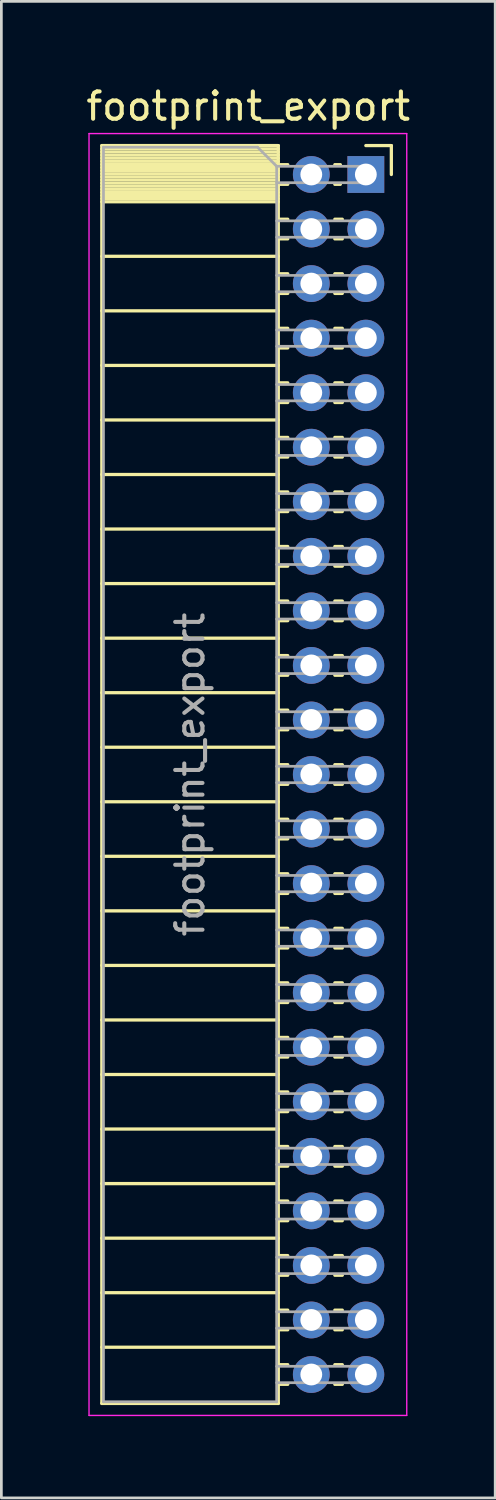
<source format=kicad_pcb>
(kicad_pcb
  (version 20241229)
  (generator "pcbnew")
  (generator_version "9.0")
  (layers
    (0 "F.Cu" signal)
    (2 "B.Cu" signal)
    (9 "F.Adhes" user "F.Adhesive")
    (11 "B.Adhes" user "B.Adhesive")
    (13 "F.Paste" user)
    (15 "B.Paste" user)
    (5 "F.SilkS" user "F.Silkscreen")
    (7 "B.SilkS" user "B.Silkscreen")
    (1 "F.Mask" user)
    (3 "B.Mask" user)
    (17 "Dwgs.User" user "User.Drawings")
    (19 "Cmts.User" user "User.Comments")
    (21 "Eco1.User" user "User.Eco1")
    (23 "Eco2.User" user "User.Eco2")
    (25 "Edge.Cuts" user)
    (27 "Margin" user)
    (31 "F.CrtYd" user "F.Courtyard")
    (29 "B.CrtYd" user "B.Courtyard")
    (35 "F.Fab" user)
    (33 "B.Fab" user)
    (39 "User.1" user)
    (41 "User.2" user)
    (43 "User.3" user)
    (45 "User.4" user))
  (footprint "footprint_export"
    (layer "F.Cu")
    (at 10.364 3.348)
    (property "Reference" "footprint_export" (at -4.31 -2.5 0) (layer "F.SilkS") (effects (font (size 1 1) (thickness 0.15))))
    (attr through_hole)
    (fp_line (start -9.68 -1.06) (end -9.68 45.06) (stroke (width 0.12) (type solid)) (layer "F.SilkS"))
    (fp_line (start -9.68 -1.06) (end -3.21 -1.06) (stroke (width 0.12) (type solid)) (layer "F.SilkS"))
    (fp_line (start -9.68 -0.94) (end -3.21 -0.94) (stroke (width 0.12) (type solid)) (layer "F.SilkS"))
    (fp_line (start -9.68 -0.826) (end -3.21 -0.826) (stroke (width 0.12) (type solid)) (layer "F.SilkS"))
    (fp_line (start -9.68 -0.712) (end -3.21 -0.712) (stroke (width 0.12) (type solid)) (layer "F.SilkS"))
    (fp_line (start -9.68 -0.598) (end -3.21 -0.598) (stroke (width 0.12) (type solid)) (layer "F.SilkS"))
    (fp_line (start -9.68 -0.484) (end -3.21 -0.484) (stroke (width 0.12) (type solid)) (layer "F.SilkS"))
    (fp_line (start -9.68 -0.369) (end -3.21 -0.369) (stroke (width 0.12) (type solid)) (layer "F.SilkS"))
    (fp_line (start -9.68 -0.255) (end -3.21 -0.255) (stroke (width 0.12) (type solid)) (layer "F.SilkS"))
    (fp_line (start -9.68 -0.141) (end -3.21 -0.141) (stroke (width 0.12) (type solid)) (layer "F.SilkS"))
    (fp_line (start -9.68 -0.027) (end -3.21 -0.027) (stroke (width 0.12) (type solid)) (layer "F.SilkS"))
    (fp_line (start -9.68 0.087) (end -3.21 0.087) (stroke (width 0.12) (type solid)) (layer "F.SilkS"))
    (fp_line (start -9.68 0.201) (end -3.21 0.201) (stroke (width 0.12) (type solid)) (layer "F.SilkS"))
    (fp_line (start -9.68 0.315) (end -3.21 0.315) (stroke (width 0.12) (type solid)) (layer "F.SilkS"))
    (fp_line (start -9.68 0.429) (end -3.21 0.429) (stroke (width 0.12) (type solid)) (layer "F.SilkS"))
    (fp_line (start -9.68 0.544) (end -3.21 0.544) (stroke (width 0.12) (type solid)) (layer "F.SilkS"))
    (fp_line (start -9.68 0.658) (end -3.21 0.658) (stroke (width 0.12) (type solid)) (layer "F.SilkS"))
    (fp_line (start -9.68 0.772) (end -3.21 0.772) (stroke (width 0.12) (type solid)) (layer "F.SilkS"))
    (fp_line (start -9.68 0.886) (end -3.21 0.886) (stroke (width 0.12) (type solid)) (layer "F.SilkS"))
    (fp_line (start -9.68 1) (end -3.21 1) (stroke (width 0.12) (type solid)) (layer "F.SilkS"))
    (fp_line (start -9.68 3) (end -3.21 3) (stroke (width 0.12) (type solid)) (layer "F.SilkS"))
    (fp_line (start -9.68 5) (end -3.21 5) (stroke (width 0.12) (type solid)) (layer "F.SilkS"))
    (fp_line (start -9.68 7) (end -3.21 7) (stroke (width 0.12) (type solid)) (layer "F.SilkS"))
    (fp_line (start -9.68 9) (end -3.21 9) (stroke (width 0.12) (type solid)) (layer "F.SilkS"))
    (fp_line (start -9.68 11) (end -3.21 11) (stroke (width 0.12) (type solid)) (layer "F.SilkS"))
    (fp_line (start -9.68 13) (end -3.21 13) (stroke (width 0.12) (type solid)) (layer "F.SilkS"))
    (fp_line (start -9.68 15) (end -3.21 15) (stroke (width 0.12) (type solid)) (layer "F.SilkS"))
    (fp_line (start -9.68 17) (end -3.21 17) (stroke (width 0.12) (type solid)) (layer "F.SilkS"))
    (fp_line (start -9.68 19) (end -3.21 19) (stroke (width 0.12) (type solid)) (layer "F.SilkS"))
    (fp_line (start -9.68 21) (end -3.21 21) (stroke (width 0.12) (type solid)) (layer "F.SilkS"))
    (fp_line (start -9.68 23) (end -3.21 23) (stroke (width 0.12) (type solid)) (layer "F.SilkS"))
    (fp_line (start -9.68 25) (end -3.21 25) (stroke (width 0.12) (type solid)) (layer "F.SilkS"))
    (fp_line (start -9.68 27) (end -3.21 27) (stroke (width 0.12) (type solid)) (layer "F.SilkS"))
    (fp_line (start -9.68 29) (end -3.21 29) (stroke (width 0.12) (type solid)) (layer "F.SilkS"))
    (fp_line (start -9.68 31) (end -3.21 31) (stroke (width 0.12) (type solid)) (layer "F.SilkS"))
    (fp_line (start -9.68 33) (end -3.21 33) (stroke (width 0.12) (type solid)) (layer "F.SilkS"))
    (fp_line (start -9.68 35) (end -3.21 35) (stroke (width 0.12) (type solid)) (layer "F.SilkS"))
    (fp_line (start -9.68 37) (end -3.21 37) (stroke (width 0.12) (type solid)) (layer "F.SilkS"))
    (fp_line (start -9.68 39) (end -3.21 39) (stroke (width 0.12) (type solid)) (layer "F.SilkS"))
    (fp_line (start -9.68 41) (end -3.21 41) (stroke (width 0.12) (type solid)) (layer "F.SilkS"))
    (fp_line (start -9.68 43) (end -3.21 43) (stroke (width 0.12) (type solid)) (layer "F.SilkS"))
    (fp_line (start -9.68 45.06) (end -3.21 45.06) (stroke (width 0.12) (type solid)) (layer "F.SilkS"))
    (fp_line (start -3.21 -1.06) (end -3.21 45.06) (stroke (width 0.12) (type solid)) (layer "F.SilkS"))
    (fp_line (start -3.21 -0.36) (end -2.863 -0.36) (stroke (width 0.12) (type solid)) (layer "F.SilkS"))
    (fp_line (start -3.21 0.36) (end -2.863 0.36) (stroke (width 0.12) (type solid)) (layer "F.SilkS"))
    (fp_line (start -3.21 1.64) (end -2.863 1.64) (stroke (width 0.12) (type solid)) (layer "F.SilkS"))
    (fp_line (start -3.21 2.36) (end -2.863 2.36) (stroke (width 0.12) (type solid)) (layer "F.SilkS"))
    (fp_line (start -3.21 3.64) (end -2.863 3.64) (stroke (width 0.12) (type solid)) (layer "F.SilkS"))
    (fp_line (start -3.21 4.36) (end -2.863 4.36) (stroke (width 0.12) (type solid)) (layer "F.SilkS"))
    (fp_line (start -3.21 5.64) (end -2.863 5.64) (stroke (width 0.12) (type solid)) (layer "F.SilkS"))
    (fp_line (start -3.21 6.36) (end -2.863 6.36) (stroke (width 0.12) (type solid)) (layer "F.SilkS"))
    (fp_line (start -3.21 7.64) (end -2.863 7.64) (stroke (width 0.12) (type solid)) (layer "F.SilkS"))
    (fp_line (start -3.21 8.36) (end -2.863 8.36) (stroke (width 0.12) (type solid)) (layer "F.SilkS"))
    (fp_line (start -3.21 9.64) (end -2.863 9.64) (stroke (width 0.12) (type solid)) (layer "F.SilkS"))
    (fp_line (start -3.21 10.36) (end -2.863 10.36) (stroke (width 0.12) (type solid)) (layer "F.SilkS"))
    (fp_line (start -3.21 11.64) (end -2.863 11.64) (stroke (width 0.12) (type solid)) (layer "F.SilkS"))
    (fp_line (start -3.21 12.36) (end -2.863 12.36) (stroke (width 0.12) (type solid)) (layer "F.SilkS"))
    (fp_line (start -3.21 13.64) (end -2.863 13.64) (stroke (width 0.12) (type solid)) (layer "F.SilkS"))
    (fp_line (start -3.21 14.36) (end -2.863 14.36) (stroke (width 0.12) (type solid)) (layer "F.SilkS"))
    (fp_line (start -3.21 15.64) (end -2.863 15.64) (stroke (width 0.12) (type solid)) (layer "F.SilkS"))
    (fp_line (start -3.21 16.36) (end -2.863 16.36) (stroke (width 0.12) (type solid)) (layer "F.SilkS"))
    (fp_line (start -3.21 17.64) (end -2.863 17.64) (stroke (width 0.12) (type solid)) (layer "F.SilkS"))
    (fp_line (start -3.21 18.36) (end -2.863 18.36) (stroke (width 0.12) (type solid)) (layer "F.SilkS"))
    (fp_line (start -3.21 19.64) (end -2.863 19.64) (stroke (width 0.12) (type solid)) (layer "F.SilkS"))
    (fp_line (start -3.21 20.36) (end -2.863 20.36) (stroke (width 0.12) (type solid)) (layer "F.SilkS"))
    (fp_line (start -3.21 21.64) (end -2.863 21.64) (stroke (width 0.12) (type solid)) (layer "F.SilkS"))
    (fp_line (start -3.21 22.36) (end -2.863 22.36) (stroke (width 0.12) (type solid)) (layer "F.SilkS"))
    (fp_line (start -3.21 23.64) (end -2.863 23.64) (stroke (width 0.12) (type solid)) (layer "F.SilkS"))
    (fp_line (start -3.21 24.36) (end -2.863 24.36) (stroke (width 0.12) (type solid)) (layer "F.SilkS"))
    (fp_line (start -3.21 25.64) (end -2.863 25.64) (stroke (width 0.12) (type solid)) (layer "F.SilkS"))
    (fp_line (start -3.21 26.36) (end -2.863 26.36) (stroke (width 0.12) (type solid)) (layer "F.SilkS"))
    (fp_line (start -3.21 27.64) (end -2.863 27.64) (stroke (width 0.12) (type solid)) (layer "F.SilkS"))
    (fp_line (start -3.21 28.36) (end -2.863 28.36) (stroke (width 0.12) (type solid)) (layer "F.SilkS"))
    (fp_line (start -3.21 29.64) (end -2.863 29.64) (stroke (width 0.12) (type solid)) (layer "F.SilkS"))
    (fp_line (start -3.21 30.36) (end -2.863 30.36) (stroke (width 0.12) (type solid)) (layer "F.SilkS"))
    (fp_line (start -3.21 31.64) (end -2.863 31.64) (stroke (width 0.12) (type solid)) (layer "F.SilkS"))
    (fp_line (start -3.21 32.36) (end -2.863 32.36) (stroke (width 0.12) (type solid)) (layer "F.SilkS"))
    (fp_line (start -3.21 33.64) (end -2.863 33.64) (stroke (width 0.12) (type solid)) (layer "F.SilkS"))
    (fp_line (start -3.21 34.36) (end -2.863 34.36) (stroke (width 0.12) (type solid)) (layer "F.SilkS"))
    (fp_line (start -3.21 35.64) (end -2.863 35.64) (stroke (width 0.12) (type solid)) (layer "F.SilkS"))
    (fp_line (start -3.21 36.36) (end -2.863 36.36) (stroke (width 0.12) (type solid)) (layer "F.SilkS"))
    (fp_line (start -3.21 37.64) (end -2.863 37.64) (stroke (width 0.12) (type solid)) (layer "F.SilkS"))
    (fp_line (start -3.21 38.36) (end -2.863 38.36) (stroke (width 0.12) (type solid)) (layer "F.SilkS"))
    (fp_line (start -3.21 39.64) (end -2.863 39.64) (stroke (width 0.12) (type solid)) (layer "F.SilkS"))
    (fp_line (start -3.21 40.36) (end -2.863 40.36) (stroke (width 0.12) (type solid)) (layer "F.SilkS"))
    (fp_line (start -3.21 41.64) (end -2.863 41.64) (stroke (width 0.12) (type solid)) (layer "F.SilkS"))
    (fp_line (start -3.21 42.36) (end -2.863 42.36) (stroke (width 0.12) (type solid)) (layer "F.SilkS"))
    (fp_line (start -3.21 43.64) (end -2.863 43.64) (stroke (width 0.12) (type solid)) (layer "F.SilkS"))
    (fp_line (start -3.21 44.36) (end -2.863 44.36) (stroke (width 0.12) (type solid)) (layer "F.SilkS"))
    (fp_line (start -1.137 -0.36) (end -0.935 -0.36) (stroke (width 0.12) (type solid)) (layer "F.SilkS"))
    (fp_line (start -1.137 0.36) (end -0.935 0.36) (stroke (width 0.12) (type solid)) (layer "F.SilkS"))
    (fp_line (start -1.137 1.64) (end -0.863 1.64) (stroke (width 0.12) (type solid)) (layer "F.SilkS"))
    (fp_line (start -1.137 2.36) (end -0.863 2.36) (stroke (width 0.12) (type solid)) (layer "F.SilkS"))
    (fp_line (start -1.137 3.64) (end -0.863 3.64) (stroke (width 0.12) (type solid)) (layer "F.SilkS"))
    (fp_line (start -1.137 4.36) (end -0.863 4.36) (stroke (width 0.12) (type solid)) (layer "F.SilkS"))
    (fp_line (start -1.137 5.64) (end -0.863 5.64) (stroke (width 0.12) (type solid)) (layer "F.SilkS"))
    (fp_line (start -1.137 6.36) (end -0.863 6.36) (stroke (width 0.12) (type solid)) (layer "F.SilkS"))
    (fp_line (start -1.137 7.64) (end -0.863 7.64) (stroke (width 0.12) (type solid)) (layer "F.SilkS"))
    (fp_line (start -1.137 8.36) (end -0.863 8.36) (stroke (width 0.12) (type solid)) (layer "F.SilkS"))
    (fp_line (start -1.137 9.64) (end -0.863 9.64) (stroke (width 0.12) (type solid)) (layer "F.SilkS"))
    (fp_line (start -1.137 10.36) (end -0.863 10.36) (stroke (width 0.12) (type solid)) (layer "F.SilkS"))
    (fp_line (start -1.137 11.64) (end -0.863 11.64) (stroke (width 0.12) (type solid)) (layer "F.SilkS"))
    (fp_line (start -1.137 12.36) (end -0.863 12.36) (stroke (width 0.12) (type solid)) (layer "F.SilkS"))
    (fp_line (start -1.137 13.64) (end -0.863 13.64) (stroke (width 0.12) (type solid)) (layer "F.SilkS"))
    (fp_line (start -1.137 14.36) (end -0.863 14.36) (stroke (width 0.12) (type solid)) (layer "F.SilkS"))
    (fp_line (start -1.137 15.64) (end -0.863 15.64) (stroke (width 0.12) (type solid)) (layer "F.SilkS"))
    (fp_line (start -1.137 16.36) (end -0.863 16.36) (stroke (width 0.12) (type solid)) (layer "F.SilkS"))
    (fp_line (start -1.137 17.64) (end -0.863 17.64) (stroke (width 0.12) (type solid)) (layer "F.SilkS"))
    (fp_line (start -1.137 18.36) (end -0.863 18.36) (stroke (width 0.12) (type solid)) (layer "F.SilkS"))
    (fp_line (start -1.137 19.64) (end -0.863 19.64) (stroke (width 0.12) (type solid)) (layer "F.SilkS"))
    (fp_line (start -1.137 20.36) (end -0.863 20.36) (stroke (width 0.12) (type solid)) (layer "F.SilkS"))
    (fp_line (start -1.137 21.64) (end -0.863 21.64) (stroke (width 0.12) (type solid)) (layer "F.SilkS"))
    (fp_line (start -1.137 22.36) (end -0.863 22.36) (stroke (width 0.12) (type solid)) (layer "F.SilkS"))
    (fp_line (start -1.137 23.64) (end -0.863 23.64) (stroke (width 0.12) (type solid)) (layer "F.SilkS"))
    (fp_line (start -1.137 24.36) (end -0.863 24.36) (stroke (width 0.12) (type solid)) (layer "F.SilkS"))
    (fp_line (start -1.137 25.64) (end -0.863 25.64) (stroke (width 0.12) (type solid)) (layer "F.SilkS"))
    (fp_line (start -1.137 26.36) (end -0.863 26.36) (stroke (width 0.12) (type solid)) (layer "F.SilkS"))
    (fp_line (start -1.137 27.64) (end -0.863 27.64) (stroke (width 0.12) (type solid)) (layer "F.SilkS"))
    (fp_line (start -1.137 28.36) (end -0.863 28.36) (stroke (width 0.12) (type solid)) (layer "F.SilkS"))
    (fp_line (start -1.137 29.64) (end -0.863 29.64) (stroke (width 0.12) (type solid)) (layer "F.SilkS"))
    (fp_line (start -1.137 30.36) (end -0.863 30.36) (stroke (width 0.12) (type solid)) (layer "F.SilkS"))
    (fp_line (start -1.137 31.64) (end -0.863 31.64) (stroke (width 0.12) (type solid)) (layer "F.SilkS"))
    (fp_line (start -1.137 32.36) (end -0.863 32.36) (stroke (width 0.12) (type solid)) (layer "F.SilkS"))
    (fp_line (start -1.137 33.64) (end -0.863 33.64) (stroke (width 0.12) (type solid)) (layer "F.SilkS"))
    (fp_line (start -1.137 34.36) (end -0.863 34.36) (stroke (width 0.12) (type solid)) (layer "F.SilkS"))
    (fp_line (start -1.137 35.64) (end -0.863 35.64) (stroke (width 0.12) (type solid)) (layer "F.SilkS"))
    (fp_line (start -1.137 36.36) (end -0.863 36.36) (stroke (width 0.12) (type solid)) (layer "F.SilkS"))
    (fp_line (start -1.137 37.64) (end -0.863 37.64) (stroke (width 0.12) (type solid)) (layer "F.SilkS"))
    (fp_line (start -1.137 38.36) (end -0.863 38.36) (stroke (width 0.12) (type solid)) (layer "F.SilkS"))
    (fp_line (start -1.137 39.64) (end -0.863 39.64) (stroke (width 0.12) (type solid)) (layer "F.SilkS"))
    (fp_line (start -1.137 40.36) (end -0.863 40.36) (stroke (width 0.12) (type solid)) (layer "F.SilkS"))
    (fp_line (start -1.137 41.64) (end -0.863 41.64) (stroke (width 0.12) (type solid)) (layer "F.SilkS"))
    (fp_line (start -1.137 42.36) (end -0.863 42.36) (stroke (width 0.12) (type solid)) (layer "F.SilkS"))
    (fp_line (start -1.137 43.64) (end -0.863 43.64) (stroke (width 0.12) (type solid)) (layer "F.SilkS"))
    (fp_line (start -1.137 44.36) (end -0.863 44.36) (stroke (width 0.12) (type solid)) (layer "F.SilkS"))
    (fp_line (start 0 -1.06) (end 0.935 -1.06) (stroke (width 0.12) (type solid)) (layer "F.SilkS"))
    (fp_line (start 0.935 -1.06) (end 0.935 0) (stroke (width 0.12) (type solid)) (layer "F.SilkS"))
    (fp_line (start -10.15 -1.5) (end -10.15 45.5) (stroke (width 0.05) (type solid)) (layer "F.CrtYd"))
    (fp_line (start -10.15 45.5) (end 1.5 45.5) (stroke (width 0.05) (type solid)) (layer "F.CrtYd"))
    (fp_line (start 1.5 -1.5) (end -10.15 -1.5) (stroke (width 0.05) (type solid)) (layer "F.CrtYd"))
    (fp_line (start 1.5 45.5) (end 1.5 -1.5) (stroke (width 0.05) (type solid)) (layer "F.CrtYd"))
    (fp_line (start -9.62 -1) (end -3.97 -1) (stroke (width 0.1) (type solid)) (layer "F.Fab"))
    (fp_line (start -9.62 45) (end -9.62 -1) (stroke (width 0.1) (type solid)) (layer "F.Fab"))
    (fp_line (start -3.97 -1) (end -3.27 -0.3) (stroke (width 0.1) (type solid)) (layer "F.Fab"))
    (fp_line (start -3.27 -0.3) (end -3.27 45) (stroke (width 0.1) (type solid)) (layer "F.Fab"))
    (fp_line (start -3.27 0.3) (end 0 0.3) (stroke (width 0.1) (type solid)) (layer "F.Fab"))
    (fp_line (start -3.27 2.3) (end 0 2.3) (stroke (width 0.1) (type solid)) (layer "F.Fab"))
    (fp_line (start -3.27 4.3) (end 0 4.3) (stroke (width 0.1) (type solid)) (layer "F.Fab"))
    (fp_line (start -3.27 6.3) (end 0 6.3) (stroke (width 0.1) (type solid)) (layer "F.Fab"))
    (fp_line (start -3.27 8.3) (end 0 8.3) (stroke (width 0.1) (type solid)) (layer "F.Fab"))
    (fp_line (start -3.27 10.3) (end 0 10.3) (stroke (width 0.1) (type solid)) (layer "F.Fab"))
    (fp_line (start -3.27 12.3) (end 0 12.3) (stroke (width 0.1) (type solid)) (layer "F.Fab"))
    (fp_line (start -3.27 14.3) (end 0 14.3) (stroke (width 0.1) (type solid)) (layer "F.Fab"))
    (fp_line (start -3.27 16.3) (end 0 16.3) (stroke (width 0.1) (type solid)) (layer "F.Fab"))
    (fp_line (start -3.27 18.3) (end 0 18.3) (stroke (width 0.1) (type solid)) (layer "F.Fab"))
    (fp_line (start -3.27 20.3) (end 0 20.3) (stroke (width 0.1) (type solid)) (layer "F.Fab"))
    (fp_line (start -3.27 22.3) (end 0 22.3) (stroke (width 0.1) (type solid)) (layer "F.Fab"))
    (fp_line (start -3.27 24.3) (end 0 24.3) (stroke (width 0.1) (type solid)) (layer "F.Fab"))
    (fp_line (start -3.27 26.3) (end 0 26.3) (stroke (width 0.1) (type solid)) (layer "F.Fab"))
    (fp_line (start -3.27 28.3) (end 0 28.3) (stroke (width 0.1) (type solid)) (layer "F.Fab"))
    (fp_line (start -3.27 30.3) (end 0 30.3) (stroke (width 0.1) (type solid)) (layer "F.Fab"))
    (fp_line (start -3.27 32.3) (end 0 32.3) (stroke (width 0.1) (type solid)) (layer "F.Fab"))
    (fp_line (start -3.27 34.3) (end 0 34.3) (stroke (width 0.1) (type solid)) (layer "F.Fab"))
    (fp_line (start -3.27 36.3) (end 0 36.3) (stroke (width 0.1) (type solid)) (layer "F.Fab"))
    (fp_line (start -3.27 38.3) (end 0 38.3) (stroke (width 0.1) (type solid)) (layer "F.Fab"))
    (fp_line (start -3.27 40.3) (end 0 40.3) (stroke (width 0.1) (type solid)) (layer "F.Fab"))
    (fp_line (start -3.27 42.3) (end 0 42.3) (stroke (width 0.1) (type solid)) (layer "F.Fab"))
    (fp_line (start -3.27 44.3) (end 0 44.3) (stroke (width 0.1) (type solid)) (layer "F.Fab"))
    (fp_line (start -3.27 45) (end -9.62 45) (stroke (width 0.1) (type solid)) (layer "F.Fab"))
    (fp_line (start 0 -0.3) (end -3.27 -0.3) (stroke (width 0.1) (type solid)) (layer "F.Fab"))
    (fp_line (start 0 0.3) (end 0 -0.3) (stroke (width 0.1) (type solid)) (layer "F.Fab"))
    (fp_line (start 0 1.7) (end -3.27 1.7) (stroke (width 0.1) (type solid)) (layer "F.Fab"))
    (fp_line (start 0 2.3) (end 0 1.7) (stroke (width 0.1) (type solid)) (layer "F.Fab"))
    (fp_line (start 0 3.7) (end -3.27 3.7) (stroke (width 0.1) (type solid)) (layer "F.Fab"))
    (fp_line (start 0 4.3) (end 0 3.7) (stroke (width 0.1) (type solid)) (layer "F.Fab"))
    (fp_line (start 0 5.7) (end -3.27 5.7) (stroke (width 0.1) (type solid)) (layer "F.Fab"))
    (fp_line (start 0 6.3) (end 0 5.7) (stroke (width 0.1) (type solid)) (layer "F.Fab"))
    (fp_line (start 0 7.7) (end -3.27 7.7) (stroke (width 0.1) (type solid)) (layer "F.Fab"))
    (fp_line (start 0 8.3) (end 0 7.7) (stroke (width 0.1) (type solid)) (layer "F.Fab"))
    (fp_line (start 0 9.7) (end -3.27 9.7) (stroke (width 0.1) (type solid)) (layer "F.Fab"))
    (fp_line (start 0 10.3) (end 0 9.7) (stroke (width 0.1) (type solid)) (layer "F.Fab"))
    (fp_line (start 0 11.7) (end -3.27 11.7) (stroke (width 0.1) (type solid)) (layer "F.Fab"))
    (fp_line (start 0 12.3) (end 0 11.7) (stroke (width 0.1) (type solid)) (layer "F.Fab"))
    (fp_line (start 0 13.7) (end -3.27 13.7) (stroke (width 0.1) (type solid)) (layer "F.Fab"))
    (fp_line (start 0 14.3) (end 0 13.7) (stroke (width 0.1) (type solid)) (layer "F.Fab"))
    (fp_line (start 0 15.7) (end -3.27 15.7) (stroke (width 0.1) (type solid)) (layer "F.Fab"))
    (fp_line (start 0 16.3) (end 0 15.7) (stroke (width 0.1) (type solid)) (layer "F.Fab"))
    (fp_line (start 0 17.7) (end -3.27 17.7) (stroke (width 0.1) (type solid)) (layer "F.Fab"))
    (fp_line (start 0 18.3) (end 0 17.7) (stroke (width 0.1) (type solid)) (layer "F.Fab"))
    (fp_line (start 0 19.7) (end -3.27 19.7) (stroke (width 0.1) (type solid)) (layer "F.Fab"))
    (fp_line (start 0 20.3) (end 0 19.7) (stroke (width 0.1) (type solid)) (layer "F.Fab"))
    (fp_line (start 0 21.7) (end -3.27 21.7) (stroke (width 0.1) (type solid)) (layer "F.Fab"))
    (fp_line (start 0 22.3) (end 0 21.7) (stroke (width 0.1) (type solid)) (layer "F.Fab"))
    (fp_line (start 0 23.7) (end -3.27 23.7) (stroke (width 0.1) (type solid)) (layer "F.Fab"))
    (fp_line (start 0 24.3) (end 0 23.7) (stroke (width 0.1) (type solid)) (layer "F.Fab"))
    (fp_line (start 0 25.7) (end -3.27 25.7) (stroke (width 0.1) (type solid)) (layer "F.Fab"))
    (fp_line (start 0 26.3) (end 0 25.7) (stroke (width 0.1) (type solid)) (layer "F.Fab"))
    (fp_line (start 0 27.7) (end -3.27 27.7) (stroke (width 0.1) (type solid)) (layer "F.Fab"))
    (fp_line (start 0 28.3) (end 0 27.7) (stroke (width 0.1) (type solid)) (layer "F.Fab"))
    (fp_line (start 0 29.7) (end -3.27 29.7) (stroke (width 0.1) (type solid)) (layer "F.Fab"))
    (fp_line (start 0 30.3) (end 0 29.7) (stroke (width 0.1) (type solid)) (layer "F.Fab"))
    (fp_line (start 0 31.7) (end -3.27 31.7) (stroke (width 0.1) (type solid)) (layer "F.Fab"))
    (fp_line (start 0 32.3) (end 0 31.7) (stroke (width 0.1) (type solid)) (layer "F.Fab"))
    (fp_line (start 0 33.7) (end -3.27 33.7) (stroke (width 0.1) (type solid)) (layer "F.Fab"))
    (fp_line (start 0 34.3) (end 0 33.7) (stroke (width 0.1) (type solid)) (layer "F.Fab"))
    (fp_line (start 0 35.7) (end -3.27 35.7) (stroke (width 0.1) (type solid)) (layer "F.Fab"))
    (fp_line (start 0 36.3) (end 0 35.7) (stroke (width 0.1) (type solid)) (layer "F.Fab"))
    (fp_line (start 0 37.7) (end -3.27 37.7) (stroke (width 0.1) (type solid)) (layer "F.Fab"))
    (fp_line (start 0 38.3) (end 0 37.7) (stroke (width 0.1) (type solid)) (layer "F.Fab"))
    (fp_line (start 0 39.7) (end -3.27 39.7) (stroke (width 0.1) (type solid)) (layer "F.Fab"))
    (fp_line (start 0 40.3) (end 0 39.7) (stroke (width 0.1) (type solid)) (layer "F.Fab"))
    (fp_line (start 0 41.7) (end -3.27 41.7) (stroke (width 0.1) (type solid)) (layer "F.Fab"))
    (fp_line (start 0 42.3) (end 0 41.7) (stroke (width 0.1) (type solid)) (layer "F.Fab"))
    (fp_line (start 0 43.7) (end -3.27 43.7) (stroke (width 0.1) (type solid)) (layer "F.Fab"))
    (fp_line (start 0 44.3) (end 0 43.7) (stroke (width 0.1) (type solid)) (layer "F.Fab"))
    (fp_text user "${REFERENCE}" (at -6.445 22 90) (layer "F.Fab") (effects (font (size 1 1) (thickness 0.15))))
    (pad "1" thru_hole rect (at 0 0) (size 1.35 1.35) (drill 0.8) (layers "*.Cu" "*.Mask"))
    (pad "2" thru_hole oval (at -2 0) (size 1.35 1.35) (drill 0.8) (layers "*.Cu" "*.Mask"))
    (pad "3" thru_hole oval (at 0 2) (size 1.35 1.35) (drill 0.8) (layers "*.Cu" "*.Mask"))
    (pad "4" thru_hole oval (at -2 2) (size 1.35 1.35) (drill 0.8) (layers "*.Cu" "*.Mask"))
    (pad "5" thru_hole oval (at 0 4) (size 1.35 1.35) (drill 0.8) (layers "*.Cu" "*.Mask"))
    (pad "6" thru_hole oval (at -2 4) (size 1.35 1.35) (drill 0.8) (layers "*.Cu" "*.Mask"))
    (pad "7" thru_hole oval (at 0 6) (size 1.35 1.35) (drill 0.8) (layers "*.Cu" "*.Mask"))
    (pad "8" thru_hole oval (at -2 6) (size 1.35 1.35) (drill 0.8) (layers "*.Cu" "*.Mask"))
    (pad "9" thru_hole oval (at 0 8) (size 1.35 1.35) (drill 0.8) (layers "*.Cu" "*.Mask"))
    (pad "10" thru_hole oval (at -2 8) (size 1.35 1.35) (drill 0.8) (layers "*.Cu" "*.Mask"))
    (pad "11" thru_hole oval (at 0 10) (size 1.35 1.35) (drill 0.8) (layers "*.Cu" "*.Mask"))
    (pad "12" thru_hole oval (at -2 10) (size 1.35 1.35) (drill 0.8) (layers "*.Cu" "*.Mask"))
    (pad "13" thru_hole oval (at 0 12) (size 1.35 1.35) (drill 0.8) (layers "*.Cu" "*.Mask"))
    (pad "14" thru_hole oval (at -2 12) (size 1.35 1.35) (drill 0.8) (layers "*.Cu" "*.Mask"))
    (pad "15" thru_hole oval (at 0 14) (size 1.35 1.35) (drill 0.8) (layers "*.Cu" "*.Mask"))
    (pad "16" thru_hole oval (at -2 14) (size 1.35 1.35) (drill 0.8) (layers "*.Cu" "*.Mask"))
    (pad "17" thru_hole oval (at 0 16) (size 1.35 1.35) (drill 0.8) (layers "*.Cu" "*.Mask"))
    (pad "18" thru_hole oval (at -2 16) (size 1.35 1.35) (drill 0.8) (layers "*.Cu" "*.Mask"))
    (pad "19" thru_hole oval (at 0 18) (size 1.35 1.35) (drill 0.8) (layers "*.Cu" "*.Mask"))
    (pad "20" thru_hole oval (at -2 18) (size 1.35 1.35) (drill 0.8) (layers "*.Cu" "*.Mask"))
    (pad "21" thru_hole oval (at 0 20) (size 1.35 1.35) (drill 0.8) (layers "*.Cu" "*.Mask"))
    (pad "22" thru_hole oval (at -2 20) (size 1.35 1.35) (drill 0.8) (layers "*.Cu" "*.Mask"))
    (pad "23" thru_hole oval (at 0 22) (size 1.35 1.35) (drill 0.8) (layers "*.Cu" "*.Mask"))
    (pad "24" thru_hole oval (at -2 22) (size 1.35 1.35) (drill 0.8) (layers "*.Cu" "*.Mask"))
    (pad "25" thru_hole oval (at 0 24) (size 1.35 1.35) (drill 0.8) (layers "*.Cu" "*.Mask"))
    (pad "26" thru_hole oval (at -2 24) (size 1.35 1.35) (drill 0.8) (layers "*.Cu" "*.Mask"))
    (pad "27" thru_hole oval (at 0 26) (size 1.35 1.35) (drill 0.8) (layers "*.Cu" "*.Mask"))
    (pad "28" thru_hole oval (at -2 26) (size 1.35 1.35) (drill 0.8) (layers "*.Cu" "*.Mask"))
    (pad "29" thru_hole oval (at 0 28) (size 1.35 1.35) (drill 0.8) (layers "*.Cu" "*.Mask"))
    (pad "30" thru_hole oval (at -2 28) (size 1.35 1.35) (drill 0.8) (layers "*.Cu" "*.Mask"))
    (pad "31" thru_hole oval (at 0 30) (size 1.35 1.35) (drill 0.8) (layers "*.Cu" "*.Mask"))
    (pad "32" thru_hole oval (at -2 30) (size 1.35 1.35) (drill 0.8) (layers "*.Cu" "*.Mask"))
    (pad "33" thru_hole oval (at 0 32) (size 1.35 1.35) (drill 0.8) (layers "*.Cu" "*.Mask"))
    (pad "34" thru_hole oval (at -2 32) (size 1.35 1.35) (drill 0.8) (layers "*.Cu" "*.Mask"))
    (pad "35" thru_hole oval (at 0 34) (size 1.35 1.35) (drill 0.8) (layers "*.Cu" "*.Mask"))
    (pad "36" thru_hole oval (at -2 34) (size 1.35 1.35) (drill 0.8) (layers "*.Cu" "*.Mask"))
    (pad "37" thru_hole oval (at 0 36) (size 1.35 1.35) (drill 0.8) (layers "*.Cu" "*.Mask"))
    (pad "38" thru_hole oval (at -2 36) (size 1.35 1.35) (drill 0.8) (layers "*.Cu" "*.Mask"))
    (pad "39" thru_hole oval (at 0 38) (size 1.35 1.35) (drill 0.8) (layers "*.Cu" "*.Mask"))
    (pad "40" thru_hole oval (at -2 38) (size 1.35 1.35) (drill 0.8) (layers "*.Cu" "*.Mask"))
    (pad "41" thru_hole oval (at 0 40) (size 1.35 1.35) (drill 0.8) (layers "*.Cu" "*.Mask"))
    (pad "42" thru_hole oval (at -2 40) (size 1.35 1.35) (drill 0.8) (layers "*.Cu" "*.Mask"))
    (pad "43" thru_hole oval (at 0 42) (size 1.35 1.35) (drill 0.8) (layers "*.Cu" "*.Mask"))
    (pad "44" thru_hole oval (at -2 42) (size 1.35 1.35) (drill 0.8) (layers "*.Cu" "*.Mask"))
    (pad "45" thru_hole oval (at 0 44) (size 1.35 1.35) (drill 0.8) (layers "*.Cu" "*.Mask"))
    (pad "46" thru_hole oval (at -2 44) (size 1.35 1.35) (drill 0.8) (layers "*.Cu" "*.Mask")))
  (gr_rect
    (start -3 -3)
    (end 15.107 51.873)
    (stroke (width 0.1) (type default))
    (fill no)
    (layer "Edge.Cuts")))
</source>
